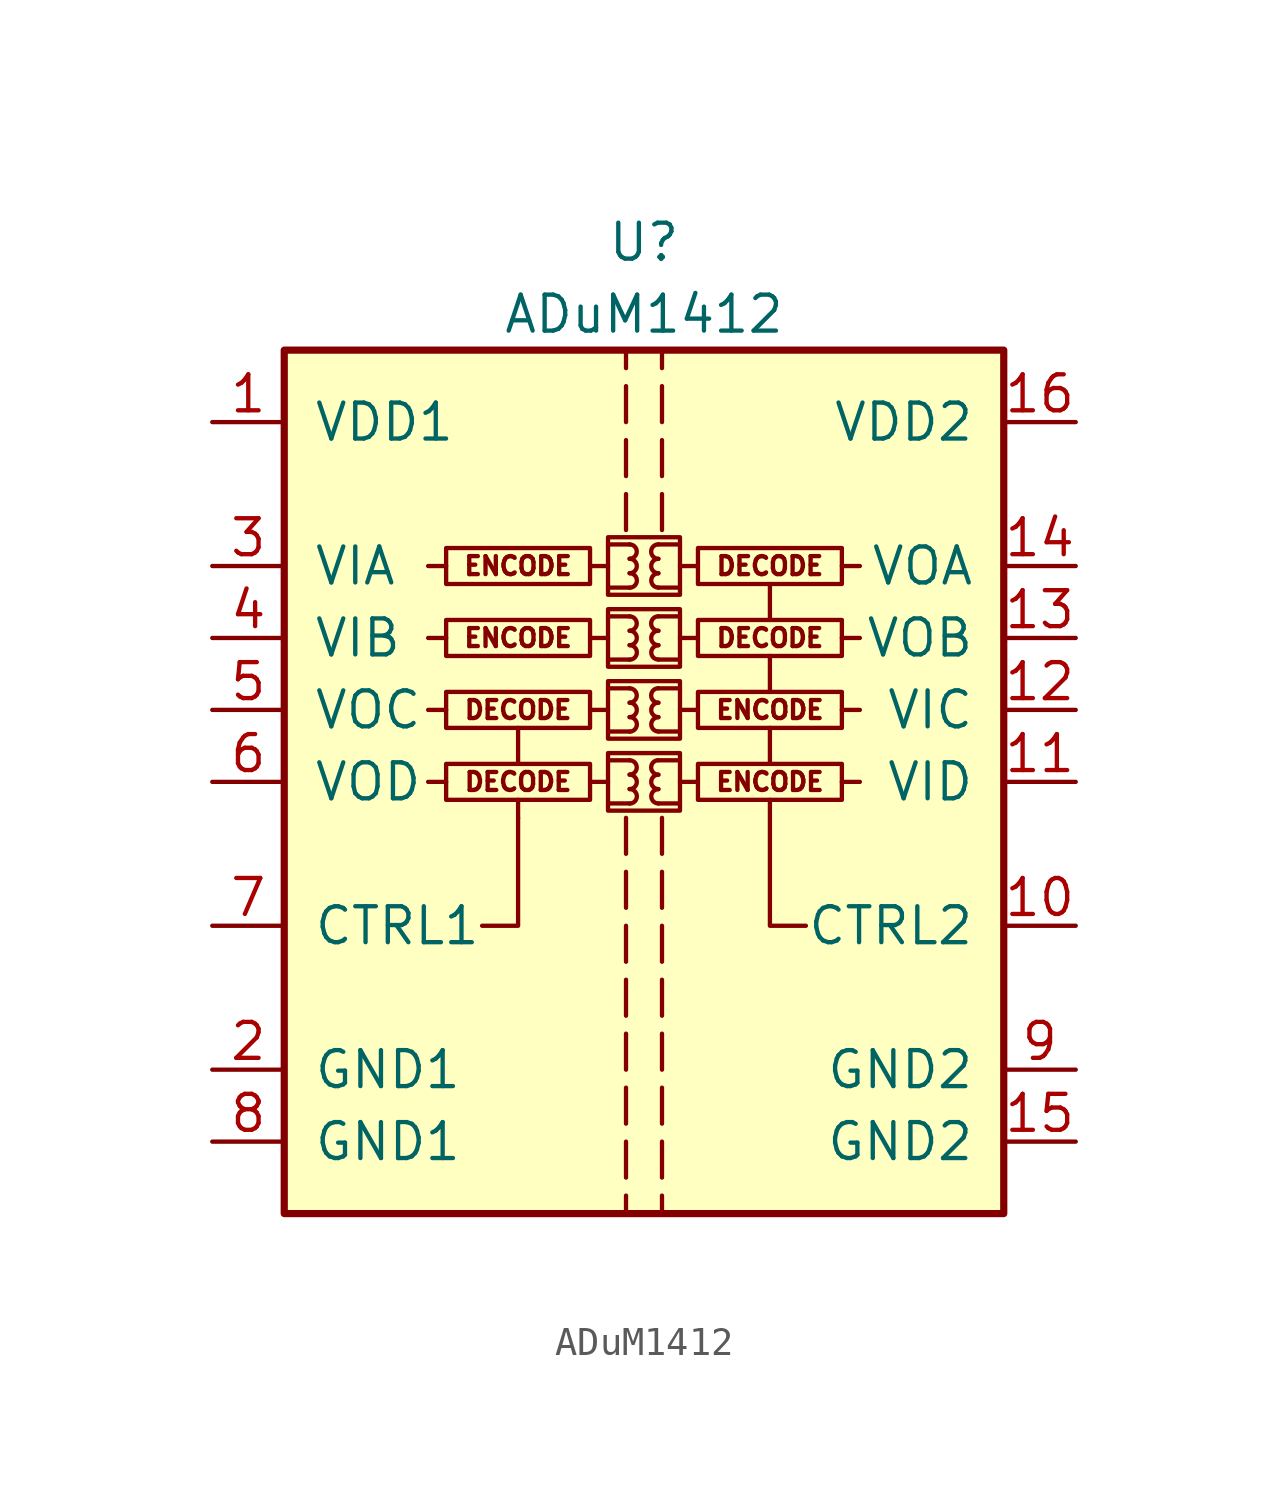
<source format=kicad_sym>
(kicad_symbol_lib
  (version 20201005)
  (generator kicad_symbol_editor)
  (symbol "Isolator_Digital:ADuM1412"
    (pin_names
      (offset 1.016))
    (property "Reference" "U"
      (at 0 19.05 0)
      (effects (font (size 1.27 1.27))))
    (property "Value" "ADuM1412"
      (at 0 16.51 0)
      (effects (font (size 1.27 1.27))))
    (symbol "ADuM1412_0_0"
      (arc (start -0.508 -0.762) (end -0.508 -0.254) (radius (at -0.508 -0.508) (length 0.254) (angles -89.9 89.9)) (stroke (width 0)) (fill (type none)))
      (arc (start -0.508 -0.254) (end -0.508 0.254) (radius (at -0.508 0) (length 0.254) (angles -89.9 89.9)) (stroke (width 0)) (fill (type none)))
      (arc (start -0.508 0.254) (end -0.508 0.762) (radius (at -0.508 0.508) (length 0.254) (angles -89.9 89.9)) (stroke (width 0)) (fill (type none)))
      (arc (start -0.508 1.778) (end -0.508 2.286) (radius (at -0.508 2.032) (length 0.254) (angles -89.9 89.9)) (stroke (width 0)) (fill (type none)))
      (arc (start -0.508 2.286) (end -0.508 2.794) (radius (at -0.508 2.54) (length 0.254) (angles -89.9 89.9)) (stroke (width 0)) (fill (type none)))
      (arc (start -0.508 2.794) (end -0.508 3.302) (radius (at -0.508 3.048) (length 0.254) (angles -89.9 89.9)) (stroke (width 0)) (fill (type none)))
      (arc (start -0.508 4.318) (end -0.508 4.826) (radius (at -0.508 4.572) (length 0.254) (angles -89.9 89.9)) (stroke (width 0)) (fill (type none)))
      (arc (start -0.508 4.826) (end -0.508 5.334) (radius (at -0.508 5.08) (length 0.254) (angles -89.9 89.9)) (stroke (width 0)) (fill (type none)))
      (arc (start -0.508 5.334) (end -0.508 5.842) (radius (at -0.508 5.588) (length 0.254) (angles -89.9 89.9)) (stroke (width 0)) (fill (type none)))
      (arc (start -0.508 6.858) (end -0.508 7.366) (radius (at -0.508 7.112) (length 0.254) (angles -89.9 89.9)) (stroke (width 0)) (fill (type none)))
      (arc (start -0.508 7.366) (end -0.508 7.874) (radius (at -0.508 7.62) (length 0.254) (angles -89.9 89.9)) (stroke (width 0)) (fill (type none)))
      (arc (start -0.508 7.874) (end -0.508 8.382) (radius (at -0.508 8.128) (length 0.254) (angles -89.9 89.9)) (stroke (width 0)) (fill (type none)))
      (arc (start 0.508 -0.254) (end 0.508 -0.762) (radius (at 0.508 -0.508) (length 0.254) (angles 90.1 -90.1)) (stroke (width 0)) (fill (type none)))
      (arc (start 0.508 0.254) (end 0.508 -0.254) (radius (at 0.508 0) (length 0.254) (angles 90.1 -90.1)) (stroke (width 0)) (fill (type none)))
      (arc (start 0.508 0.762) (end 0.508 0.254) (radius (at 0.508 0.508) (length 0.254) (angles 90.1 -90.1)) (stroke (width 0)) (fill (type none)))
      (arc (start 0.508 2.286) (end 0.508 1.778) (radius (at 0.508 2.032) (length 0.254) (angles 90.1 -90.1)) (stroke (width 0)) (fill (type none)))
      (arc (start 0.508 2.794) (end 0.508 2.286) (radius (at 0.508 2.54) (length 0.254) (angles 90.1 -90.1)) (stroke (width 0)) (fill (type none)))
      (arc (start 0.508 3.302) (end 0.508 2.794) (radius (at 0.508 3.048) (length 0.254) (angles 90.1 -90.1)) (stroke (width 0)) (fill (type none)))
      (arc (start 0.508 4.826) (end 0.508 4.318) (radius (at 0.508 4.572) (length 0.254) (angles 90.1 -90.1)) (stroke (width 0)) (fill (type none)))
      (arc (start 0.508 5.334) (end 0.508 4.826) (radius (at 0.508 5.08) (length 0.254) (angles 90.1 -90.1)) (stroke (width 0)) (fill (type none)))
      (arc (start 0.508 5.842) (end 0.508 5.334) (radius (at 0.508 5.588) (length 0.254) (angles 90.1 -90.1)) (stroke (width 0)) (fill (type none)))
      (arc (start 0.508 7.366) (end 0.508 6.858) (radius (at 0.508 7.112) (length 0.254) (angles 90.1 -90.1)) (stroke (width 0)) (fill (type none)))
      (arc (start 0.508 7.874) (end 0.508 7.366) (radius (at 0.508 7.62) (length 0.254) (angles 90.1 -90.1)) (stroke (width 0)) (fill (type none)))
      (arc (start 0.508 8.382) (end 0.508 7.874) (radius (at 0.508 8.128) (length 0.254) (angles 90.1 -90.1)) (stroke (width 0)) (fill (type none)))
      (text "DECODE" (at -4.445 0 0) (effects (font (size 0.635 0.635))))
      (text "DECODE" (at -4.445 2.54 0) (effects (font (size 0.635 0.635))))
      (text "DECODE" (at 4.445 5.08 0) (effects (font (size 0.635 0.635))))
      (text "DECODE" (at 4.445 7.62 0) (effects (font (size 0.635 0.635))))
      (text "ENCODE" (at -4.445 5.08 0) (effects (font (size 0.635 0.635))))
      (text "ENCODE" (at -4.445 7.62 0) (effects (font (size 0.635 0.635))))
      (text "ENCODE" (at 4.445 0 0) (effects (font (size 0.635 0.635))))
      (text "ENCODE" (at 4.445 2.54 0) (effects (font (size 0.635 0.635))))
      (rectangle (start -1.905 0.635) (end -6.985 -0.635) (stroke (width 0)) (fill (type none)))
      (rectangle (start -1.27 1.016) (end 1.27 -1.016) (stroke (width 0)) (fill (type none)))
      (rectangle (start -1.27 3.556) (end 1.27 1.524) (stroke (width 0)) (fill (type none)))
      (rectangle (start -1.27 6.096) (end 1.27 4.064) (stroke (width 0)) (fill (type none)))
      (rectangle (start -1.27 8.636) (end 1.27 6.604) (stroke (width 0)) (fill (type none)))
      (rectangle (start 1.905 0.635) (end 6.985 -0.635) (stroke (width 0)) (fill (type none)))
      (rectangle (start 1.905 3.175) (end 6.985 1.905) (stroke (width 0)) (fill (type none)))
      (rectangle (start 1.905 5.715) (end 6.985 4.445) (stroke (width 0)) (fill (type none)))
      (rectangle (start 1.905 8.255) (end 6.985 6.985) (stroke (width 0)) (fill (type none)))
      (polyline (pts (xy -6.985 0) (xy -7.62 0)) (stroke (width 0)) (fill (type none)))
      (polyline (pts (xy -6.985 2.54) (xy -7.62 2.54)) (stroke (width 0)) (fill (type none)))
      (polyline (pts (xy -6.985 5.08) (xy -7.62 5.08)) (stroke (width 0)) (fill (type none)))
      (polyline (pts (xy -6.985 7.62) (xy -7.62 7.62)) (stroke (width 0)) (fill (type none)))
      (polyline (pts (xy -4.445 -1.27) (xy -4.445 -0.635)) (stroke (width 0)) (fill (type none)))
      (polyline (pts (xy -4.445 0.635) (xy -4.445 1.905)) (stroke (width 0)) (fill (type none)))
      (polyline (pts (xy -1.905 0) (xy -1.27 0)) (stroke (width 0)) (fill (type none)))
      (polyline (pts (xy -1.905 2.54) (xy -1.27 2.54)) (stroke (width 0)) (fill (type none)))
      (polyline (pts (xy -1.905 5.08) (xy -1.27 5.08)) (stroke (width 0)) (fill (type none)))
      (polyline (pts (xy -1.905 7.62) (xy -1.27 7.62)) (stroke (width 0)) (fill (type none)))
      (polyline (pts (xy -1.27 -0.762) (xy -0.508 -0.762)) (stroke (width 0)) (fill (type none)))
      (polyline (pts (xy -1.27 0.762) (xy -0.508 0.762)) (stroke (width 0)) (fill (type none)))
      (polyline (pts (xy -1.27 1.778) (xy -0.508 1.778)) (stroke (width 0)) (fill (type none)))
      (polyline (pts (xy -1.27 3.302) (xy -0.508 3.302)) (stroke (width 0)) (fill (type none)))
      (polyline (pts (xy -1.27 4.318) (xy -0.508 4.318)) (stroke (width 0)) (fill (type none)))
      (polyline (pts (xy -1.27 5.842) (xy -0.508 5.842)) (stroke (width 0)) (fill (type none)))
      (polyline (pts (xy -1.27 6.858) (xy -0.508 6.858)) (stroke (width 0)) (fill (type none)))
      (polyline (pts (xy -1.27 8.382) (xy -0.508 8.382)) (stroke (width 0)) (fill (type none)))
      (polyline (pts (xy -0.635 -10.795) (xy -0.635 -12.065)) (stroke (width 0)) (fill (type none)))
      (polyline (pts (xy -0.635 -8.89) (xy -0.635 -10.16)) (stroke (width 0)) (fill (type none)))
      (polyline (pts (xy -0.635 -6.985) (xy -0.635 -8.255)) (stroke (width 0)) (fill (type none)))
      (polyline (pts (xy -0.635 -5.08) (xy -0.635 -6.35)) (stroke (width 0)) (fill (type none)))
      (polyline (pts (xy -0.635 -3.175) (xy -0.635 -4.445)) (stroke (width 0)) (fill (type none)))
      (polyline (pts (xy -0.635 -1.27) (xy -0.635 -2.54)) (stroke (width 0)) (fill (type none)))
      (polyline (pts (xy -0.635 8.89) (xy -0.635 10.16)) (stroke (width 0)) (fill (type none)))
      (polyline (pts (xy -0.635 10.795) (xy -0.635 12.065)) (stroke (width 0)) (fill (type none)))
      (polyline (pts (xy -0.635 12.7) (xy -0.635 13.97)) (stroke (width 0)) (fill (type none)))
      (polyline (pts (xy -0.635 15.24) (xy -0.635 14.605)) (stroke (width 0)) (fill (type none)))
      (polyline (pts (xy 0.635 -10.795) (xy 0.635 -12.065)) (stroke (width 0)) (fill (type none)))
      (polyline (pts (xy 0.635 -8.89) (xy 0.635 -10.16)) (stroke (width 0)) (fill (type none)))
      (polyline (pts (xy 0.635 -6.985) (xy 0.635 -8.255)) (stroke (width 0)) (fill (type none)))
      (polyline (pts (xy 0.635 -5.08) (xy 0.635 -6.35)) (stroke (width 0)) (fill (type none)))
      (polyline (pts (xy 0.635 -3.175) (xy 0.635 -4.445)) (stroke (width 0)) (fill (type none)))
      (polyline (pts (xy 0.635 -1.27) (xy 0.635 -2.54)) (stroke (width 0)) (fill (type none)))
      (polyline (pts (xy 0.635 8.89) (xy 0.635 10.16)) (stroke (width 0)) (fill (type none)))
      (polyline (pts (xy 0.635 12.065) (xy 0.635 10.795)) (stroke (width 0)) (fill (type none)))
      (polyline (pts (xy 0.635 13.97) (xy 0.635 12.7)) (stroke (width 0)) (fill (type none)))
      (polyline (pts (xy 0.635 14.605) (xy 0.635 15.24)) (stroke (width 0)) (fill (type none)))
      (polyline (pts (xy 1.27 -0.762) (xy 0.508 -0.762)) (stroke (width 0)) (fill (type none)))
      (polyline (pts (xy 1.27 0.762) (xy 0.508 0.762)) (stroke (width 0)) (fill (type none)))
      (polyline (pts (xy 1.27 1.778) (xy 0.508 1.778)) (stroke (width 0)) (fill (type none)))
      (polyline (pts (xy 1.27 3.302) (xy 0.508 3.302)) (stroke (width 0)) (fill (type none)))
      (polyline (pts (xy 1.27 4.318) (xy 0.508 4.318)) (stroke (width 0)) (fill (type none)))
      (polyline (pts (xy 1.27 5.842) (xy 0.508 5.842)) (stroke (width 0)) (fill (type none)))
      (polyline (pts (xy 1.27 6.858) (xy 0.508 6.858)) (stroke (width 0)) (fill (type none)))
      (polyline (pts (xy 1.27 8.382) (xy 0.508 8.382)) (stroke (width 0)) (fill (type none)))
      (polyline (pts (xy 1.905 0) (xy 1.27 0)) (stroke (width 0)) (fill (type none)))
      (polyline (pts (xy 1.905 2.54) (xy 1.27 2.54)) (stroke (width 0)) (fill (type none)))
      (polyline (pts (xy 1.905 5.08) (xy 1.27 5.08)) (stroke (width 0)) (fill (type none)))
      (polyline (pts (xy 1.905 7.62) (xy 1.27 7.62)) (stroke (width 0)) (fill (type none)))
      (polyline (pts (xy 4.445 0.635) (xy 4.445 1.905)) (stroke (width 0)) (fill (type none)))
      (polyline (pts (xy 4.445 3.175) (xy 4.445 4.445)) (stroke (width 0)) (fill (type none)))
      (polyline (pts (xy 4.445 5.715) (xy 4.445 6.985)) (stroke (width 0)) (fill (type none)))
      (polyline (pts (xy 6.985 0) (xy 7.62 0)) (stroke (width 0)) (fill (type none)))
      (polyline (pts (xy 6.985 2.54) (xy 7.62 2.54)) (stroke (width 0)) (fill (type none)))
      (polyline (pts (xy 6.985 5.08) (xy 7.62 5.08)) (stroke (width 0)) (fill (type none)))
      (polyline (pts (xy 6.985 7.62) (xy 7.62 7.62)) (stroke (width 0)) (fill (type none)))
      (polyline (pts (xy -4.445 -1.27) (xy -4.445 -5.08) (xy -5.715 -5.08)) (stroke (width 0)) (fill (type none)))
      (polyline (pts (xy 5.715 -5.08) (xy 4.445 -5.08) (xy 4.445 -0.635)) (stroke (width 0)) (fill (type none))))
    (symbol "ADuM1412_0_1"
      (rectangle (start -1.905 3.175) (end -6.985 1.905) (stroke (width 0)) (fill (type none)))
      (rectangle (start -1.905 5.715) (end -6.985 4.445) (stroke (width 0)) (fill (type none)))
      (rectangle (start -1.905 8.255) (end -6.985 6.985) (stroke (width 0)) (fill (type none)))
      (rectangle (start -12.7 15.24) (end 12.7 -15.24) (stroke (width 0.254)) (fill (type background)))
      (polyline (pts (xy -0.635 -14.605) (xy -0.635 -15.24)) (stroke (width 0)) (fill (type none)))
      (polyline (pts (xy -0.635 -12.7) (xy -0.635 -13.97)) (stroke (width 0)) (fill (type none)))
      (polyline (pts (xy 0.635 -14.605) (xy 0.635 -15.24)) (stroke (width 0)) (fill (type none)))
      (polyline (pts (xy 0.635 -12.7) (xy 0.635 -13.97)) (stroke (width 0)) (fill (type none))))
    (symbol "ADuM1412_1_1"
      (pin power_in line (at -15.24 12.7 0) (length 2.54) (name "VDD1" (effects (font (size 1.27 1.27)))) (number "1" (effects (font (size 1.27 1.27)))))
      (pin input line (at 15.24 -5.08 180) (length 2.54) (name "CTRL2" (effects (font (size 1.27 1.27)))) (number "10" (effects (font (size 1.27 1.27)))))
      (pin input line (at 15.24 0 180) (length 2.54) (name "VID" (effects (font (size 1.27 1.27)))) (number "11" (effects (font (size 1.27 1.27)))))
      (pin input line (at 15.24 2.54 180) (length 2.54) (name "VIC" (effects (font (size 1.27 1.27)))) (number "12" (effects (font (size 1.27 1.27)))))
      (pin output line (at 15.24 5.08 180) (length 2.54) (name "VOB" (effects (font (size 1.27 1.27)))) (number "13" (effects (font (size 1.27 1.27)))))
      (pin output line (at 15.24 7.62 180) (length 2.54) (name "VOA" (effects (font (size 1.27 1.27)))) (number "14" (effects (font (size 1.27 1.27)))))
      (pin power_in line (at 15.24 -12.7 180) (length 2.54) (name "GND2" (effects (font (size 1.27 1.27)))) (number "15" (effects (font (size 1.27 1.27)))))
      (pin power_in line (at 15.24 12.7 180) (length 2.54) (name "VDD2" (effects (font (size 1.27 1.27)))) (number "16" (effects (font (size 1.27 1.27)))))
      (pin power_in line (at -15.24 -10.16 0) (length 2.54) (name "GND1" (effects (font (size 1.27 1.27)))) (number "2" (effects (font (size 1.27 1.27)))))
      (pin input line (at -15.24 7.62 0) (length 2.54) (name "VIA" (effects (font (size 1.27 1.27)))) (number "3" (effects (font (size 1.27 1.27)))))
      (pin input line (at -15.24 5.08 0) (length 2.54) (name "VIB" (effects (font (size 1.27 1.27)))) (number "4" (effects (font (size 1.27 1.27)))))
      (pin output line (at -15.24 2.54 0) (length 2.54) (name "VOC" (effects (font (size 1.27 1.27)))) (number "5" (effects (font (size 1.27 1.27)))))
      (pin output line (at -15.24 0 0) (length 2.54) (name "VOD" (effects (font (size 1.27 1.27)))) (number "6" (effects (font (size 1.27 1.27)))))
      (pin input line (at -15.24 -5.08 0) (length 2.54) (name "CTRL1" (effects (font (size 1.27 1.27)))) (number "7" (effects (font (size 1.27 1.27)))))
      (pin power_in line (at -15.24 -12.7 0) (length 2.54) (name "GND1" (effects (font (size 1.27 1.27)))) (number "8" (effects (font (size 1.27 1.27)))))
      (pin power_in line (at 15.24 -10.16 180) (length 2.54) (name "GND2" (effects (font (size 1.27 1.27)))) (number "9" (effects (font (size 1.27 1.27))))))))
</source>
